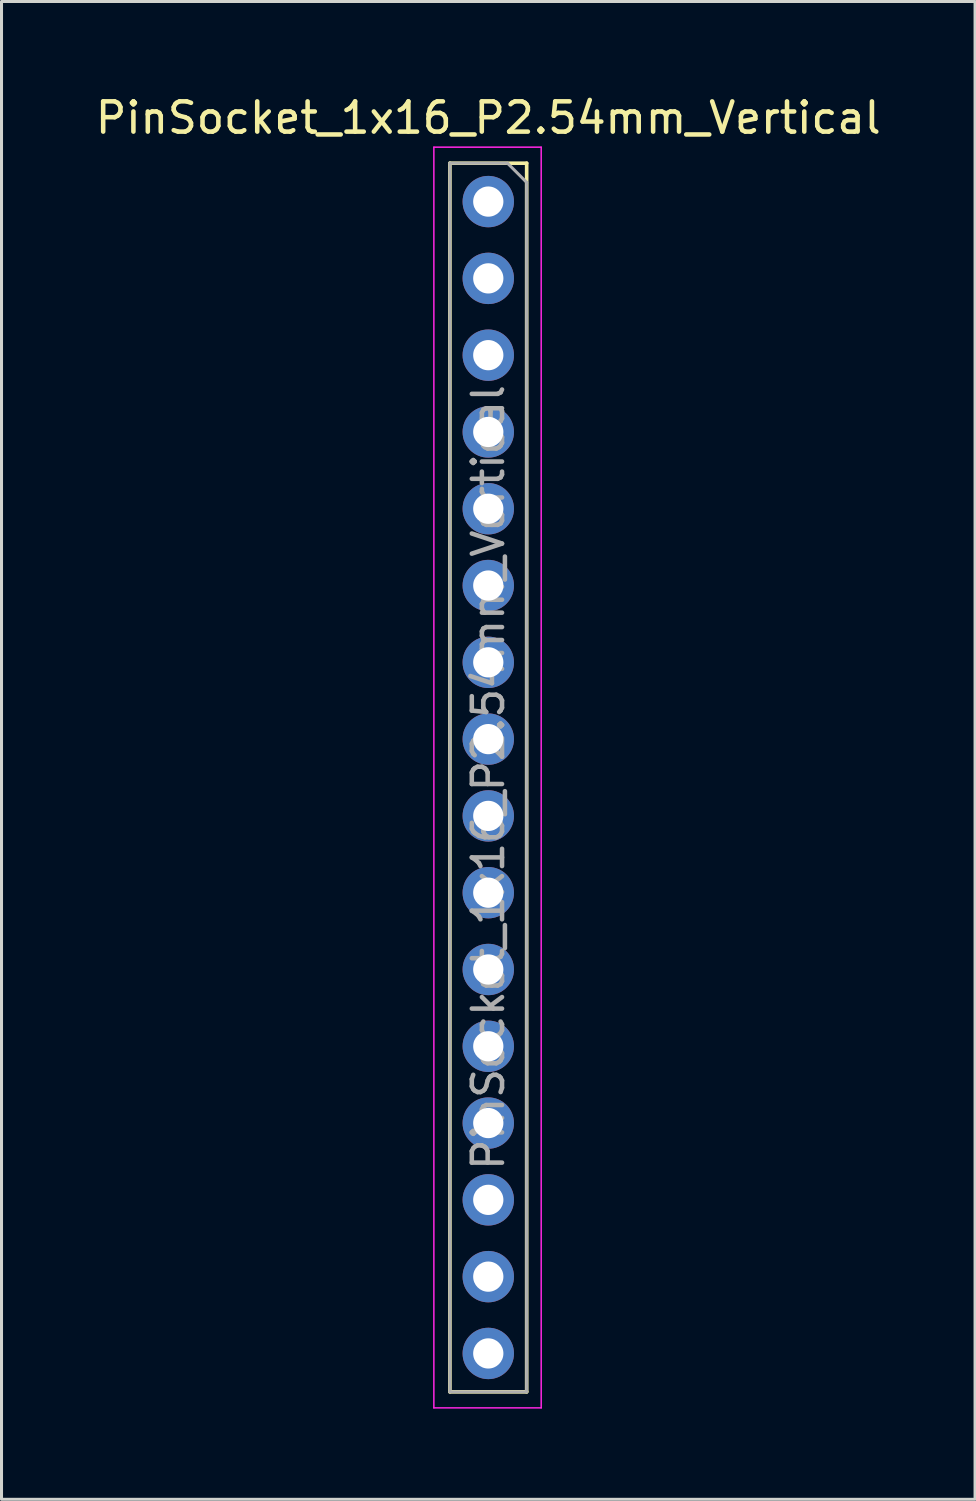
<source format=kicad_pcb>
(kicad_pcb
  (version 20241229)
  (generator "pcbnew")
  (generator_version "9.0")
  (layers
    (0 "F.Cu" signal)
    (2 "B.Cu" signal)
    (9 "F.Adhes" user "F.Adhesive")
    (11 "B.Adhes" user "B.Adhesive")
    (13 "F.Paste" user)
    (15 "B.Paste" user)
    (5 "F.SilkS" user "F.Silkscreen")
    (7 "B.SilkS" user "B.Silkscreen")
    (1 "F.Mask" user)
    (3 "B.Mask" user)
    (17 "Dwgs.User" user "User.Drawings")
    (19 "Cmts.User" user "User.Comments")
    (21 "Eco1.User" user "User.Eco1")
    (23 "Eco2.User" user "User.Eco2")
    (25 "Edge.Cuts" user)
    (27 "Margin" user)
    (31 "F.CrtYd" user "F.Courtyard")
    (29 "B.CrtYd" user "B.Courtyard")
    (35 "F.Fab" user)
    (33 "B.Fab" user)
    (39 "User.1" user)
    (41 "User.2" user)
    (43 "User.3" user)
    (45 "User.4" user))
  (footprint "PinSocket_1x16_P2.54mm_Vertical"
    (layer "F.Cu")
    (at 13.101 3.618)
    (property "Reference" "PinSocket_1x16_P2.54mm_Vertical" (at 0 -2.77 0) (layer "F.SilkS") (effects (font (size 1 1) (thickness 0.15))))
    (attr through_hole)
    (fp_line (start -1.27 -1.27) (end -1.27 39.37) (stroke (width 0.12) (type solid)) (layer "F.SilkS"))
    (fp_line (start -1.27 -1.27) (end 1.27 -1.27) (stroke (width 0.12) (type solid)) (layer "F.SilkS"))
    (fp_line (start -1.27 39.37) (end 1.27 39.37) (stroke (width 0.12) (type solid)) (layer "F.SilkS"))
    (fp_line (start 1.27 -1.27) (end 1.27 39.37) (stroke (width 0.12) (type solid)) (layer "F.SilkS"))
    (fp_line (start -1.8 -1.8) (end 1.75 -1.8) (stroke (width 0.05) (type solid)) (layer "F.CrtYd"))
    (fp_line (start -1.8 39.9) (end -1.8 -1.8) (stroke (width 0.05) (type solid)) (layer "F.CrtYd"))
    (fp_line (start 1.75 -1.8) (end 1.75 39.9) (stroke (width 0.05) (type solid)) (layer "F.CrtYd"))
    (fp_line (start 1.75 39.9) (end -1.8 39.9) (stroke (width 0.05) (type solid)) (layer "F.CrtYd"))
    (fp_line (start -1.27 -1.27) (end 0.635 -1.27) (stroke (width 0.1) (type solid)) (layer "F.Fab"))
    (fp_line (start -1.27 39.37) (end -1.27 -1.27) (stroke (width 0.1) (type solid)) (layer "F.Fab"))
    (fp_line (start 0.635 -1.27) (end 1.27 -0.635) (stroke (width 0.1) (type solid)) (layer "F.Fab"))
    (fp_line (start 1.27 -0.635) (end 1.27 39.37) (stroke (width 0.1) (type solid)) (layer "F.Fab"))
    (fp_line (start 1.27 39.37) (end -1.27 39.37) (stroke (width 0.1) (type solid)) (layer "F.Fab"))
    (fp_text user "${REFERENCE}" (at 0 19.05 90) (layer "F.Fab") (effects (font (size 1 1) (thickness 0.15))))
    (pad "1" thru_hole circle (at 0 0) (size 1.7 1.7) (drill 1) (layers "*.Cu" "*.Mask"))
    (pad "2" thru_hole oval (at 0 2.54) (size 1.7 1.7) (drill 1) (layers "*.Cu" "*.Mask"))
    (pad "3" thru_hole oval (at 0 5.08) (size 1.7 1.7) (drill 1) (layers "*.Cu" "*.Mask"))
    (pad "4" thru_hole oval (at 0 7.62) (size 1.7 1.7) (drill 1) (layers "*.Cu" "*.Mask"))
    (pad "5" thru_hole oval (at 0 10.16) (size 1.7 1.7) (drill 1) (layers "*.Cu" "*.Mask"))
    (pad "6" thru_hole oval (at 0 12.7) (size 1.7 1.7) (drill 1) (layers "*.Cu" "*.Mask"))
    (pad "7" thru_hole oval (at 0 15.24) (size 1.7 1.7) (drill 1) (layers "*.Cu" "*.Mask"))
    (pad "8" thru_hole oval (at 0 17.78) (size 1.7 1.7) (drill 1) (layers "*.Cu" "*.Mask"))
    (pad "9" thru_hole oval (at 0 20.32) (size 1.7 1.7) (drill 1) (layers "*.Cu" "*.Mask"))
    (pad "10" thru_hole oval (at 0 22.86) (size 1.7 1.7) (drill 1) (layers "*.Cu" "*.Mask"))
    (pad "11" thru_hole oval (at 0 25.4) (size 1.7 1.7) (drill 1) (layers "*.Cu" "*.Mask"))
    (pad "12" thru_hole oval (at 0 27.94) (size 1.7 1.7) (drill 1) (layers "*.Cu" "*.Mask"))
    (pad "13" thru_hole oval (at 0 30.48) (size 1.7 1.7) (drill 1) (layers "*.Cu" "*.Mask"))
    (pad "14" thru_hole oval (at 0 33.02) (size 1.7 1.7) (drill 1) (layers "*.Cu" "*.Mask"))
    (pad "15" thru_hole oval (at 0 35.56) (size 1.7 1.7) (drill 1) (layers "*.Cu" "*.Mask"))
    (pad "16" thru_hole oval (at 0 38.1) (size 1.7 1.7) (drill 1) (layers "*.Cu" "*.Mask")))
  (gr_rect
    (start -3 -3)
    (end 29.202 46.543)
    (stroke (width 0.1) (type default))
    (fill no)
    (layer "Edge.Cuts")))
</source>
